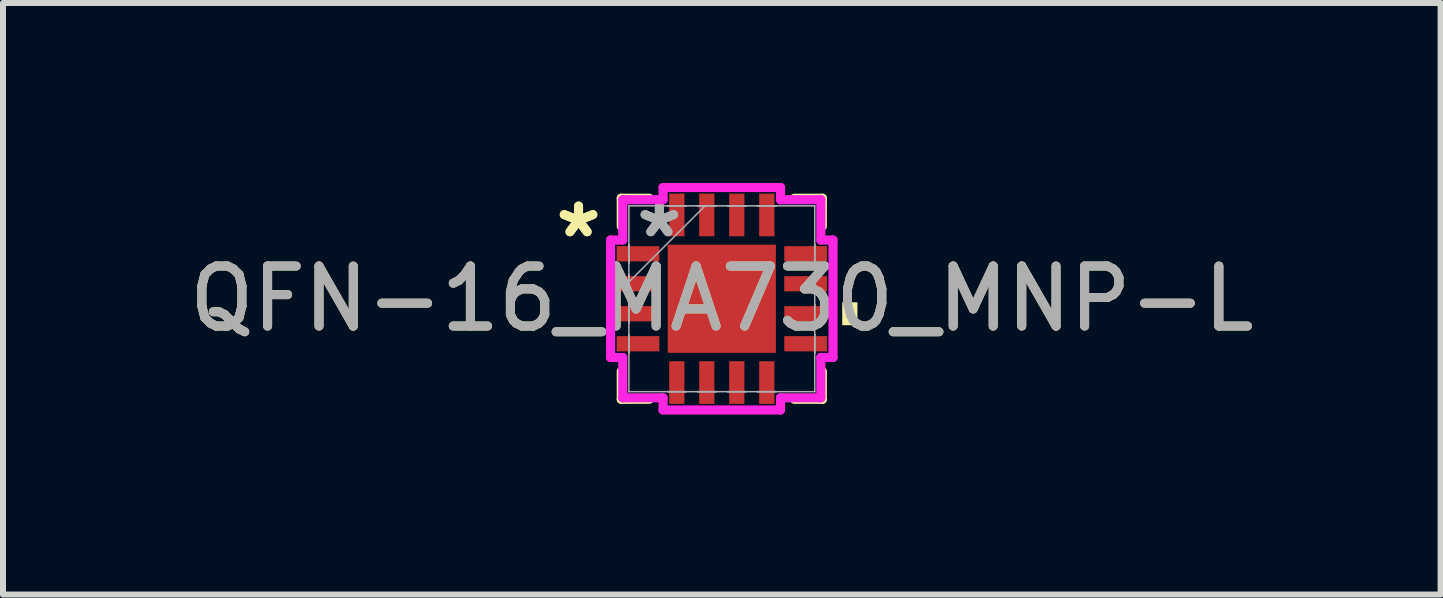
<source format=kicad_pcb>
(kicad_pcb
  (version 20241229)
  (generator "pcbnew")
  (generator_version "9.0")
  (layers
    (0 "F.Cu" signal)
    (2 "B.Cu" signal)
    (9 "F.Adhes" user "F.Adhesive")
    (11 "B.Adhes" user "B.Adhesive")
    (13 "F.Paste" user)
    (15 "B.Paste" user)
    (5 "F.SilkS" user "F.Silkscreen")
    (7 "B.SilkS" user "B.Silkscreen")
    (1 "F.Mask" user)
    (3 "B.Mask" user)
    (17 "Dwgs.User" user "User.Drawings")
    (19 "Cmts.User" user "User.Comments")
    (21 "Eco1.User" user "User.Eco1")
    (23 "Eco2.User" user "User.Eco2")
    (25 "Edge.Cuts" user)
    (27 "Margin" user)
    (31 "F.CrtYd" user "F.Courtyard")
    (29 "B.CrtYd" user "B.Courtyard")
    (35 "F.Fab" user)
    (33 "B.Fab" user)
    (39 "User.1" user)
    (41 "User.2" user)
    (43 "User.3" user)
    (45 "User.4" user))
  (footprint "QFN-16_MA730_MNP-L"
    (layer "F.Cu")
    (at 8.982 1.93)
    (property "Reference" "QFN-16_MA730_MNP-L" (at 0 0 0) (unlocked yes) (layer "F.SilkS") (effects (font (size 1 1) (thickness 0.15))))
    (attr smd)
    (fp_line (start -1.676 -1.676) (end -1.676 -1.21) (stroke (width 0.152) (type solid)) (layer "F.SilkS"))
    (fp_line (start -1.676 1.21) (end -1.676 1.676) (stroke (width 0.152) (type solid)) (layer "F.SilkS"))
    (fp_line (start -1.676 1.676) (end -1.21 1.676) (stroke (width 0.152) (type solid)) (layer "F.SilkS"))
    (fp_line (start -1.21 -1.676) (end -1.676 -1.676) (stroke (width 0.152) (type solid)) (layer "F.SilkS"))
    (fp_line (start 1.21 1.676) (end 1.676 1.676) (stroke (width 0.152) (type solid)) (layer "F.SilkS"))
    (fp_line (start 1.676 -1.676) (end 1.21 -1.676) (stroke (width 0.152) (type solid)) (layer "F.SilkS"))
    (fp_line (start 1.676 -1.21) (end 1.676 -1.676) (stroke (width 0.152) (type solid)) (layer "F.SilkS"))
    (fp_line (start 1.676 1.676) (end 1.676 1.21) (stroke (width 0.152) (type solid)) (layer "F.SilkS"))
    (fp_poly (pts (xy 2.261 0.059) (xy 2.261 0.441) (xy 2.007 0.441) (xy 2.007 0.059)) (stroke (width 0) (type solid)) (fill yes) (layer "F.SilkS"))
    (fp_line (start -1.854 -0.979) (end -1.651 -0.979) (stroke (width 0.152) (type solid)) (layer "F.CrtYd"))
    (fp_line (start -1.854 0.979) (end -1.854 -0.979) (stroke (width 0.152) (type solid)) (layer "F.CrtYd"))
    (fp_line (start -1.651 -1.651) (end -0.979 -1.651) (stroke (width 0.152) (type solid)) (layer "F.CrtYd"))
    (fp_line (start -1.651 -0.979) (end -1.651 -1.651) (stroke (width 0.152) (type solid)) (layer "F.CrtYd"))
    (fp_line (start -1.651 0.979) (end -1.854 0.979) (stroke (width 0.152) (type solid)) (layer "F.CrtYd"))
    (fp_line (start -1.651 1.651) (end -1.651 0.979) (stroke (width 0.152) (type solid)) (layer "F.CrtYd"))
    (fp_line (start -0.979 -1.854) (end 0.979 -1.854) (stroke (width 0.152) (type solid)) (layer "F.CrtYd"))
    (fp_line (start -0.979 -1.651) (end -0.979 -1.854) (stroke (width 0.152) (type solid)) (layer "F.CrtYd"))
    (fp_line (start -0.979 1.651) (end -1.651 1.651) (stroke (width 0.152) (type solid)) (layer "F.CrtYd"))
    (fp_line (start -0.979 1.854) (end -0.979 1.651) (stroke (width 0.152) (type solid)) (layer "F.CrtYd"))
    (fp_line (start 0.979 -1.854) (end 0.979 -1.651) (stroke (width 0.152) (type solid)) (layer "F.CrtYd"))
    (fp_line (start 0.979 -1.651) (end 1.651 -1.651) (stroke (width 0.152) (type solid)) (layer "F.CrtYd"))
    (fp_line (start 0.979 1.651) (end 0.979 1.854) (stroke (width 0.152) (type solid)) (layer "F.CrtYd"))
    (fp_line (start 0.979 1.854) (end -0.979 1.854) (stroke (width 0.152) (type solid)) (layer "F.CrtYd"))
    (fp_line (start 1.651 -1.651) (end 1.651 -0.979) (stroke (width 0.152) (type solid)) (layer "F.CrtYd"))
    (fp_line (start 1.651 -0.979) (end 1.854 -0.979) (stroke (width 0.152) (type solid)) (layer "F.CrtYd"))
    (fp_line (start 1.651 0.979) (end 1.651 1.651) (stroke (width 0.152) (type solid)) (layer "F.CrtYd"))
    (fp_line (start 1.651 1.651) (end 0.979 1.651) (stroke (width 0.152) (type solid)) (layer "F.CrtYd"))
    (fp_line (start 1.854 -0.979) (end 1.854 0.979) (stroke (width 0.152) (type solid)) (layer "F.CrtYd"))
    (fp_line (start 1.854 0.979) (end 1.651 0.979) (stroke (width 0.152) (type solid)) (layer "F.CrtYd"))
    (fp_line (start -1.549 -1.549) (end -1.549 -1.549) (stroke (width 0.025) (type solid)) (layer "F.Fab"))
    (fp_line (start -1.549 -1.549) (end -1.549 1.549) (stroke (width 0.025) (type solid)) (layer "F.Fab"))
    (fp_line (start -1.549 -0.902) (end -1.549 -0.902) (stroke (width 0.025) (type solid)) (layer "F.Fab"))
    (fp_line (start -1.549 -0.902) (end -1.549 -0.598) (stroke (width 0.025) (type solid)) (layer "F.Fab"))
    (fp_line (start -1.549 -0.598) (end -1.549 -0.902) (stroke (width 0.025) (type solid)) (layer "F.Fab"))
    (fp_line (start -1.549 -0.598) (end -1.549 -0.598) (stroke (width 0.025) (type solid)) (layer "F.Fab"))
    (fp_line (start -1.549 -0.402) (end -1.549 -0.402) (stroke (width 0.025) (type solid)) (layer "F.Fab"))
    (fp_line (start -1.549 -0.402) (end -1.549 -0.098) (stroke (width 0.025) (type solid)) (layer "F.Fab"))
    (fp_line (start -1.549 -0.279) (end -0.279 -1.549) (stroke (width 0.025) (type solid)) (layer "F.Fab"))
    (fp_line (start -1.549 -0.098) (end -1.549 -0.402) (stroke (width 0.025) (type solid)) (layer "F.Fab"))
    (fp_line (start -1.549 -0.098) (end -1.549 -0.098) (stroke (width 0.025) (type solid)) (layer "F.Fab"))
    (fp_line (start -1.549 0.098) (end -1.549 0.098) (stroke (width 0.025) (type solid)) (layer "F.Fab"))
    (fp_line (start -1.549 0.098) (end -1.549 0.402) (stroke (width 0.025) (type solid)) (layer "F.Fab"))
    (fp_line (start -1.549 0.402) (end -1.549 0.098) (stroke (width 0.025) (type solid)) (layer "F.Fab"))
    (fp_line (start -1.549 0.402) (end -1.549 0.402) (stroke (width 0.025) (type solid)) (layer "F.Fab"))
    (fp_line (start -1.549 0.598) (end -1.549 0.598) (stroke (width 0.025) (type solid)) (layer "F.Fab"))
    (fp_line (start -1.549 0.598) (end -1.549 0.902) (stroke (width 0.025) (type solid)) (layer "F.Fab"))
    (fp_line (start -1.549 0.902) (end -1.549 0.598) (stroke (width 0.025) (type solid)) (layer "F.Fab"))
    (fp_line (start -1.549 0.902) (end -1.549 0.902) (stroke (width 0.025) (type solid)) (layer "F.Fab"))
    (fp_line (start -1.549 1.549) (end -1.549 1.549) (stroke (width 0.025) (type solid)) (layer "F.Fab"))
    (fp_line (start -1.549 1.549) (end 1.549 1.549) (stroke (width 0.025) (type solid)) (layer "F.Fab"))
    (fp_line (start -0.902 -1.549) (end -0.902 -1.549) (stroke (width 0.025) (type solid)) (layer "F.Fab"))
    (fp_line (start -0.902 -1.549) (end -0.598 -1.549) (stroke (width 0.025) (type solid)) (layer "F.Fab"))
    (fp_line (start -0.902 1.549) (end -0.902 1.549) (stroke (width 0.025) (type solid)) (layer "F.Fab"))
    (fp_line (start -0.902 1.549) (end -0.598 1.549) (stroke (width 0.025) (type solid)) (layer "F.Fab"))
    (fp_line (start -0.598 -1.549) (end -0.902 -1.549) (stroke (width 0.025) (type solid)) (layer "F.Fab"))
    (fp_line (start -0.598 -1.549) (end -0.598 -1.549) (stroke (width 0.025) (type solid)) (layer "F.Fab"))
    (fp_line (start -0.598 1.549) (end -0.902 1.549) (stroke (width 0.025) (type solid)) (layer "F.Fab"))
    (fp_line (start -0.598 1.549) (end -0.598 1.549) (stroke (width 0.025) (type solid)) (layer "F.Fab"))
    (fp_line (start -0.402 -1.549) (end -0.402 -1.549) (stroke (width 0.025) (type solid)) (layer "F.Fab"))
    (fp_line (start -0.402 -1.549) (end -0.098 -1.549) (stroke (width 0.025) (type solid)) (layer "F.Fab"))
    (fp_line (start -0.402 1.549) (end -0.402 1.549) (stroke (width 0.025) (type solid)) (layer "F.Fab"))
    (fp_line (start -0.402 1.549) (end -0.098 1.549) (stroke (width 0.025) (type solid)) (layer "F.Fab"))
    (fp_line (start -0.098 -1.549) (end -0.402 -1.549) (stroke (width 0.025) (type solid)) (layer "F.Fab"))
    (fp_line (start -0.098 -1.549) (end -0.098 -1.549) (stroke (width 0.025) (type solid)) (layer "F.Fab"))
    (fp_line (start -0.098 1.549) (end -0.402 1.549) (stroke (width 0.025) (type solid)) (layer "F.Fab"))
    (fp_line (start -0.098 1.549) (end -0.098 1.549) (stroke (width 0.025) (type solid)) (layer "F.Fab"))
    (fp_line (start 0.098 -1.549) (end 0.098 -1.549) (stroke (width 0.025) (type solid)) (layer "F.Fab"))
    (fp_line (start 0.098 -1.549) (end 0.402 -1.549) (stroke (width 0.025) (type solid)) (layer "F.Fab"))
    (fp_line (start 0.098 1.549) (end 0.098 1.549) (stroke (width 0.025) (type solid)) (layer "F.Fab"))
    (fp_line (start 0.098 1.549) (end 0.402 1.549) (stroke (width 0.025) (type solid)) (layer "F.Fab"))
    (fp_line (start 0.402 -1.549) (end 0.098 -1.549) (stroke (width 0.025) (type solid)) (layer "F.Fab"))
    (fp_line (start 0.402 -1.549) (end 0.402 -1.549) (stroke (width 0.025) (type solid)) (layer "F.Fab"))
    (fp_line (start 0.402 1.549) (end 0.098 1.549) (stroke (width 0.025) (type solid)) (layer "F.Fab"))
    (fp_line (start 0.402 1.549) (end 0.402 1.549) (stroke (width 0.025) (type solid)) (layer "F.Fab"))
    (fp_line (start 0.598 -1.549) (end 0.598 -1.549) (stroke (width 0.025) (type solid)) (layer "F.Fab"))
    (fp_line (start 0.598 -1.549) (end 0.902 -1.549) (stroke (width 0.025) (type solid)) (layer "F.Fab"))
    (fp_line (start 0.598 1.549) (end 0.598 1.549) (stroke (width 0.025) (type solid)) (layer "F.Fab"))
    (fp_line (start 0.598 1.549) (end 0.902 1.549) (stroke (width 0.025) (type solid)) (layer "F.Fab"))
    (fp_line (start 0.902 -1.549) (end 0.598 -1.549) (stroke (width 0.025) (type solid)) (layer "F.Fab"))
    (fp_line (start 0.902 -1.549) (end 0.902 -1.549) (stroke (width 0.025) (type solid)) (layer "F.Fab"))
    (fp_line (start 0.902 1.549) (end 0.598 1.549) (stroke (width 0.025) (type solid)) (layer "F.Fab"))
    (fp_line (start 0.902 1.549) (end 0.902 1.549) (stroke (width 0.025) (type solid)) (layer "F.Fab"))
    (fp_line (start 1.549 -1.549) (end -1.549 -1.549) (stroke (width 0.025) (type solid)) (layer "F.Fab"))
    (fp_line (start 1.549 -1.549) (end 1.549 -1.549) (stroke (width 0.025) (type solid)) (layer "F.Fab"))
    (fp_line (start 1.549 -0.902) (end 1.549 -0.902) (stroke (width 0.025) (type solid)) (layer "F.Fab"))
    (fp_line (start 1.549 -0.902) (end 1.549 -0.598) (stroke (width 0.025) (type solid)) (layer "F.Fab"))
    (fp_line (start 1.549 -0.598) (end 1.549 -0.902) (stroke (width 0.025) (type solid)) (layer "F.Fab"))
    (fp_line (start 1.549 -0.598) (end 1.549 -0.598) (stroke (width 0.025) (type solid)) (layer "F.Fab"))
    (fp_line (start 1.549 -0.402) (end 1.549 -0.402) (stroke (width 0.025) (type solid)) (layer "F.Fab"))
    (fp_line (start 1.549 -0.402) (end 1.549 -0.098) (stroke (width 0.025) (type solid)) (layer "F.Fab"))
    (fp_line (start 1.549 -0.098) (end 1.549 -0.402) (stroke (width 0.025) (type solid)) (layer "F.Fab"))
    (fp_line (start 1.549 -0.098) (end 1.549 -0.098) (stroke (width 0.025) (type solid)) (layer "F.Fab"))
    (fp_line (start 1.549 0.098) (end 1.549 0.098) (stroke (width 0.025) (type solid)) (layer "F.Fab"))
    (fp_line (start 1.549 0.098) (end 1.549 0.402) (stroke (width 0.025) (type solid)) (layer "F.Fab"))
    (fp_line (start 1.549 0.402) (end 1.549 0.098) (stroke (width 0.025) (type solid)) (layer "F.Fab"))
    (fp_line (start 1.549 0.402) (end 1.549 0.402) (stroke (width 0.025) (type solid)) (layer "F.Fab"))
    (fp_line (start 1.549 0.598) (end 1.549 0.598) (stroke (width 0.025) (type solid)) (layer "F.Fab"))
    (fp_line (start 1.549 0.598) (end 1.549 0.902) (stroke (width 0.025) (type solid)) (layer "F.Fab"))
    (fp_line (start 1.549 0.902) (end 1.549 0.598) (stroke (width 0.025) (type solid)) (layer "F.Fab"))
    (fp_line (start 1.549 0.902) (end 1.549 0.902) (stroke (width 0.025) (type solid)) (layer "F.Fab"))
    (fp_line (start 1.549 1.549) (end 1.549 -1.549) (stroke (width 0.025) (type solid)) (layer "F.Fab"))
    (fp_line (start 1.549 1.549) (end 1.549 1.549) (stroke (width 0.025) (type solid)) (layer "F.Fab"))
    (fp_text user "*" (at -2.388 -1 0) (layer "F.SilkS") (effects (font (size 1 1) (thickness 0.15))))
    (fp_text user "*" (at -2.388 -1 0) (unlocked yes) (layer "F.SilkS") (effects (font (size 1 1) (thickness 0.15))))
    (fp_text user "*" (at -1.041 -1 0) (unlocked yes) (layer "F.Fab") (effects (font (size 1 1) (thickness 0.15))))
    (fp_text user "*" (at -1.041 -1 0) (layer "F.Fab") (effects (font (size 1 1) (thickness 0.15))))
    (fp_text user "${REFERENCE}" (at 0 0 0) (unlocked yes) (layer "F.Fab") (effects (font (size 1 1) (thickness 0.15))))
    (pad "1" smd rect (at -1.397 -0.75 90) (size 0.254 0.711) (layers "F.Cu" "F.Mask" "F.Paste"))
    (pad "2" smd rect (at -1.397 -0.25 90) (size 0.254 0.711) (layers "F.Cu" "F.Mask" "F.Paste"))
    (pad "3" smd rect (at -1.397 0.25 90) (size 0.254 0.711) (layers "F.Cu" "F.Mask" "F.Paste"))
    (pad "4" smd rect (at -1.397 0.75 90) (size 0.254 0.711) (layers "F.Cu" "F.Mask" "F.Paste"))
    (pad "5" smd rect (at -0.75 1.397) (size 0.254 0.711) (layers "F.Cu" "F.Mask" "F.Paste"))
    (pad "6" smd rect (at -0.25 1.397) (size 0.254 0.711) (layers "F.Cu" "F.Mask" "F.Paste"))
    (pad "7" smd rect (at 0.25 1.397) (size 0.254 0.711) (layers "F.Cu" "F.Mask" "F.Paste"))
    (pad "8" smd rect (at 0.75 1.397) (size 0.254 0.711) (layers "F.Cu" "F.Mask" "F.Paste"))
    (pad "9" smd rect (at 1.397 0.75 90) (size 0.254 0.711) (layers "F.Cu" "F.Mask" "F.Paste"))
    (pad "10" smd rect (at 1.397 0.25 90) (size 0.254 0.711) (layers "F.Cu" "F.Mask" "F.Paste"))
    (pad "11" smd rect (at 1.397 -0.25 90) (size 0.254 0.711) (layers "F.Cu" "F.Mask" "F.Paste"))
    (pad "12" smd rect (at 1.397 -0.75 90) (size 0.254 0.711) (layers "F.Cu" "F.Mask" "F.Paste"))
    (pad "13" smd rect (at 0.75 -1.397) (size 0.254 0.711) (layers "F.Cu" "F.Mask" "F.Paste"))
    (pad "14" smd rect (at 0.25 -1.397) (size 0.254 0.711) (layers "F.Cu" "F.Mask" "F.Paste"))
    (pad "15" smd rect (at -0.25 -1.397) (size 0.254 0.711) (layers "F.Cu" "F.Mask" "F.Paste"))
    (pad "16" smd rect (at -0.75 -1.397) (size 0.254 0.711) (layers "F.Cu" "F.Mask" "F.Paste"))
    (pad "17" smd rect (at 0 0) (size 1.803 1.803) (layers "F.Cu" "F.Mask" "F.Paste")))
  (gr_rect
    (start -3 -3)
    (end 20.964 6.861)
    (stroke (width 0.1) (type default))
    (fill no)
    (layer "Edge.Cuts")))
</source>
